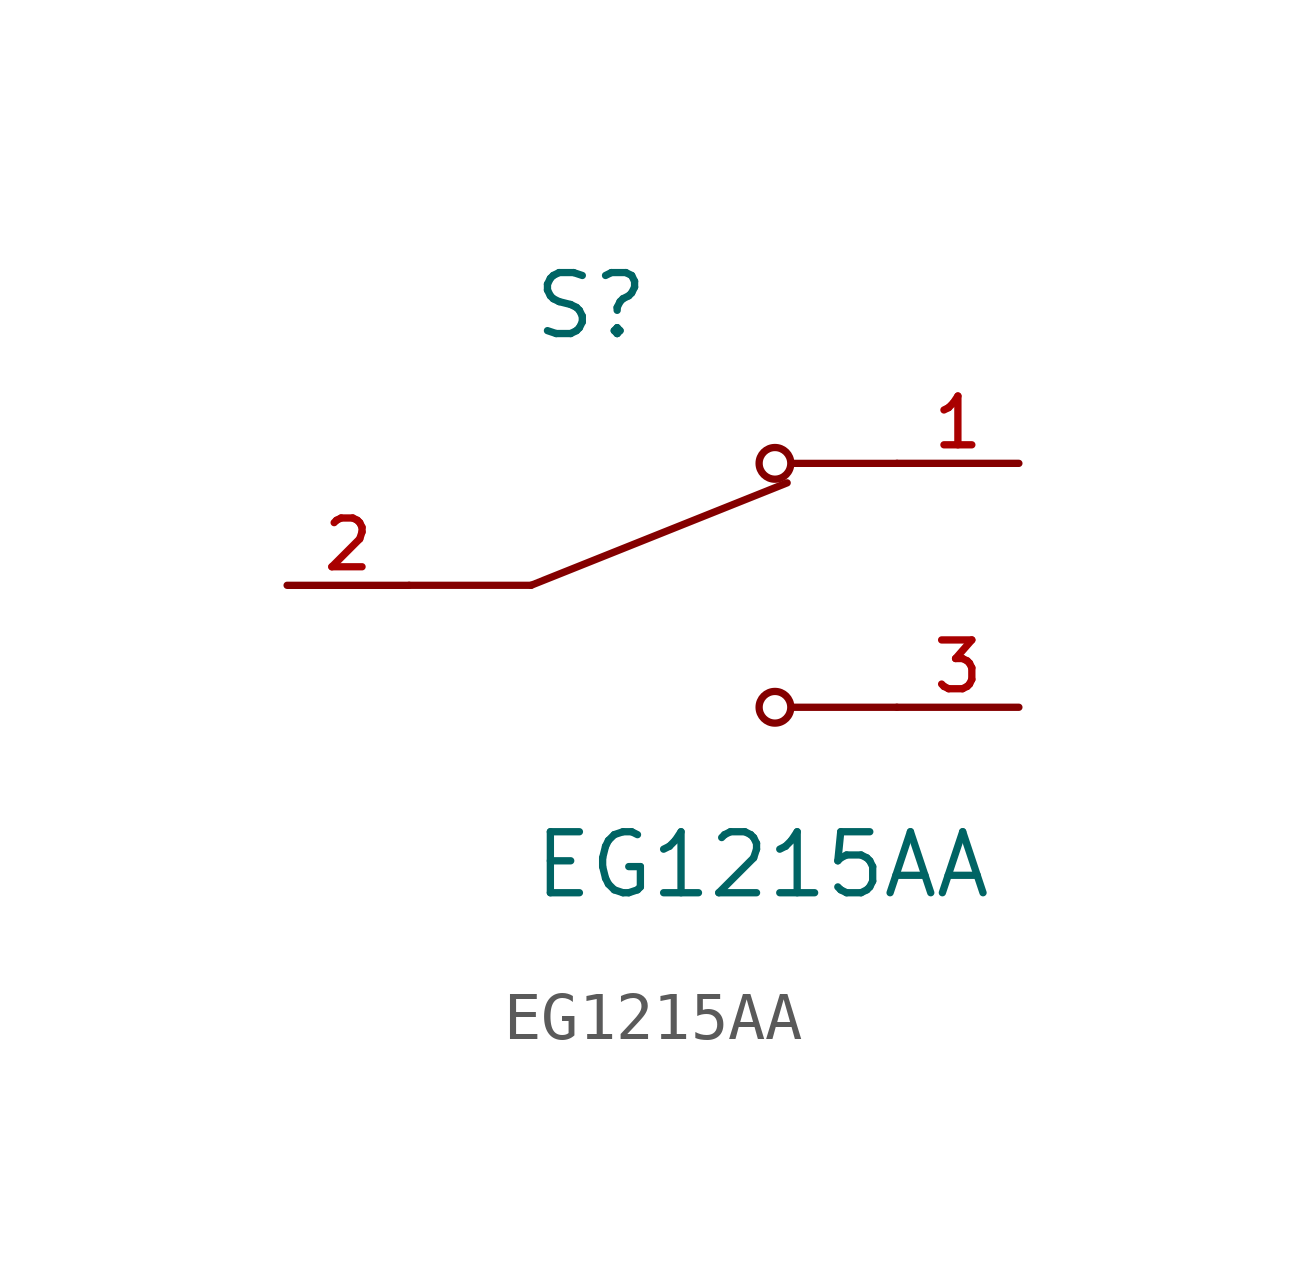
<source format=kicad_sym>
(kicad_symbol_lib
  (version 20231120)
  (generator "kicad_symbol_editor")
  (generator_version "8.0")
  (symbol "EG1215AA"
    (pin_names
      (offset 1.016))
    (property "Reference" "S"
      (at -2.54 5.08 0)
      (effects (font (size 1.27 1.27)) (justify left bottom)))
    (property "Value" "EG1215AA"
      (at -2.54 -5.08 0)
      (effects (font (size 1.27 1.27)) (justify left top)))
    (symbol "EG1215AA_0_0"
      (polyline (pts (xy -2.54 0) (xy -5.08 0)) (stroke (width 0.152) (type default)) (fill (type none)))
      (polyline (pts (xy -2.54 0) (xy 2.794 2.134)) (stroke (width 0.152) (type default)) (fill (type none)))
      (polyline (pts (xy 5.08 -2.54) (xy 2.921 -2.54)) (stroke (width 0.152) (type default)) (fill (type none)))
      (polyline (pts (xy 5.08 2.54) (xy 2.921 2.54)) (stroke (width 0.152) (type default)) (fill (type none)))
      (circle (center 2.54 -2.54) (radius 0.33) (stroke (width 0.152) (type default)) (fill (type none)))
      (circle (center 2.54 2.54) (radius 0.33) (stroke (width 0.152) (type default)) (fill (type none)))
      (pin passive line (at 7.62 2.54 180) (length 2.54) (name "~" (effects (font (size 1.016 1.016)))) (number "1" (effects (font (size 1.016 1.016)))))
      (pin passive line (at -7.62 0 0) (length 2.54) (name "~" (effects (font (size 1.016 1.016)))) (number "2" (effects (font (size 1.016 1.016)))))
      (pin passive line (at 7.62 -2.54 180) (length 2.54) (name "~" (effects (font (size 1.016 1.016)))) (number "3" (effects (font (size 1.016 1.016))))))))
</source>
